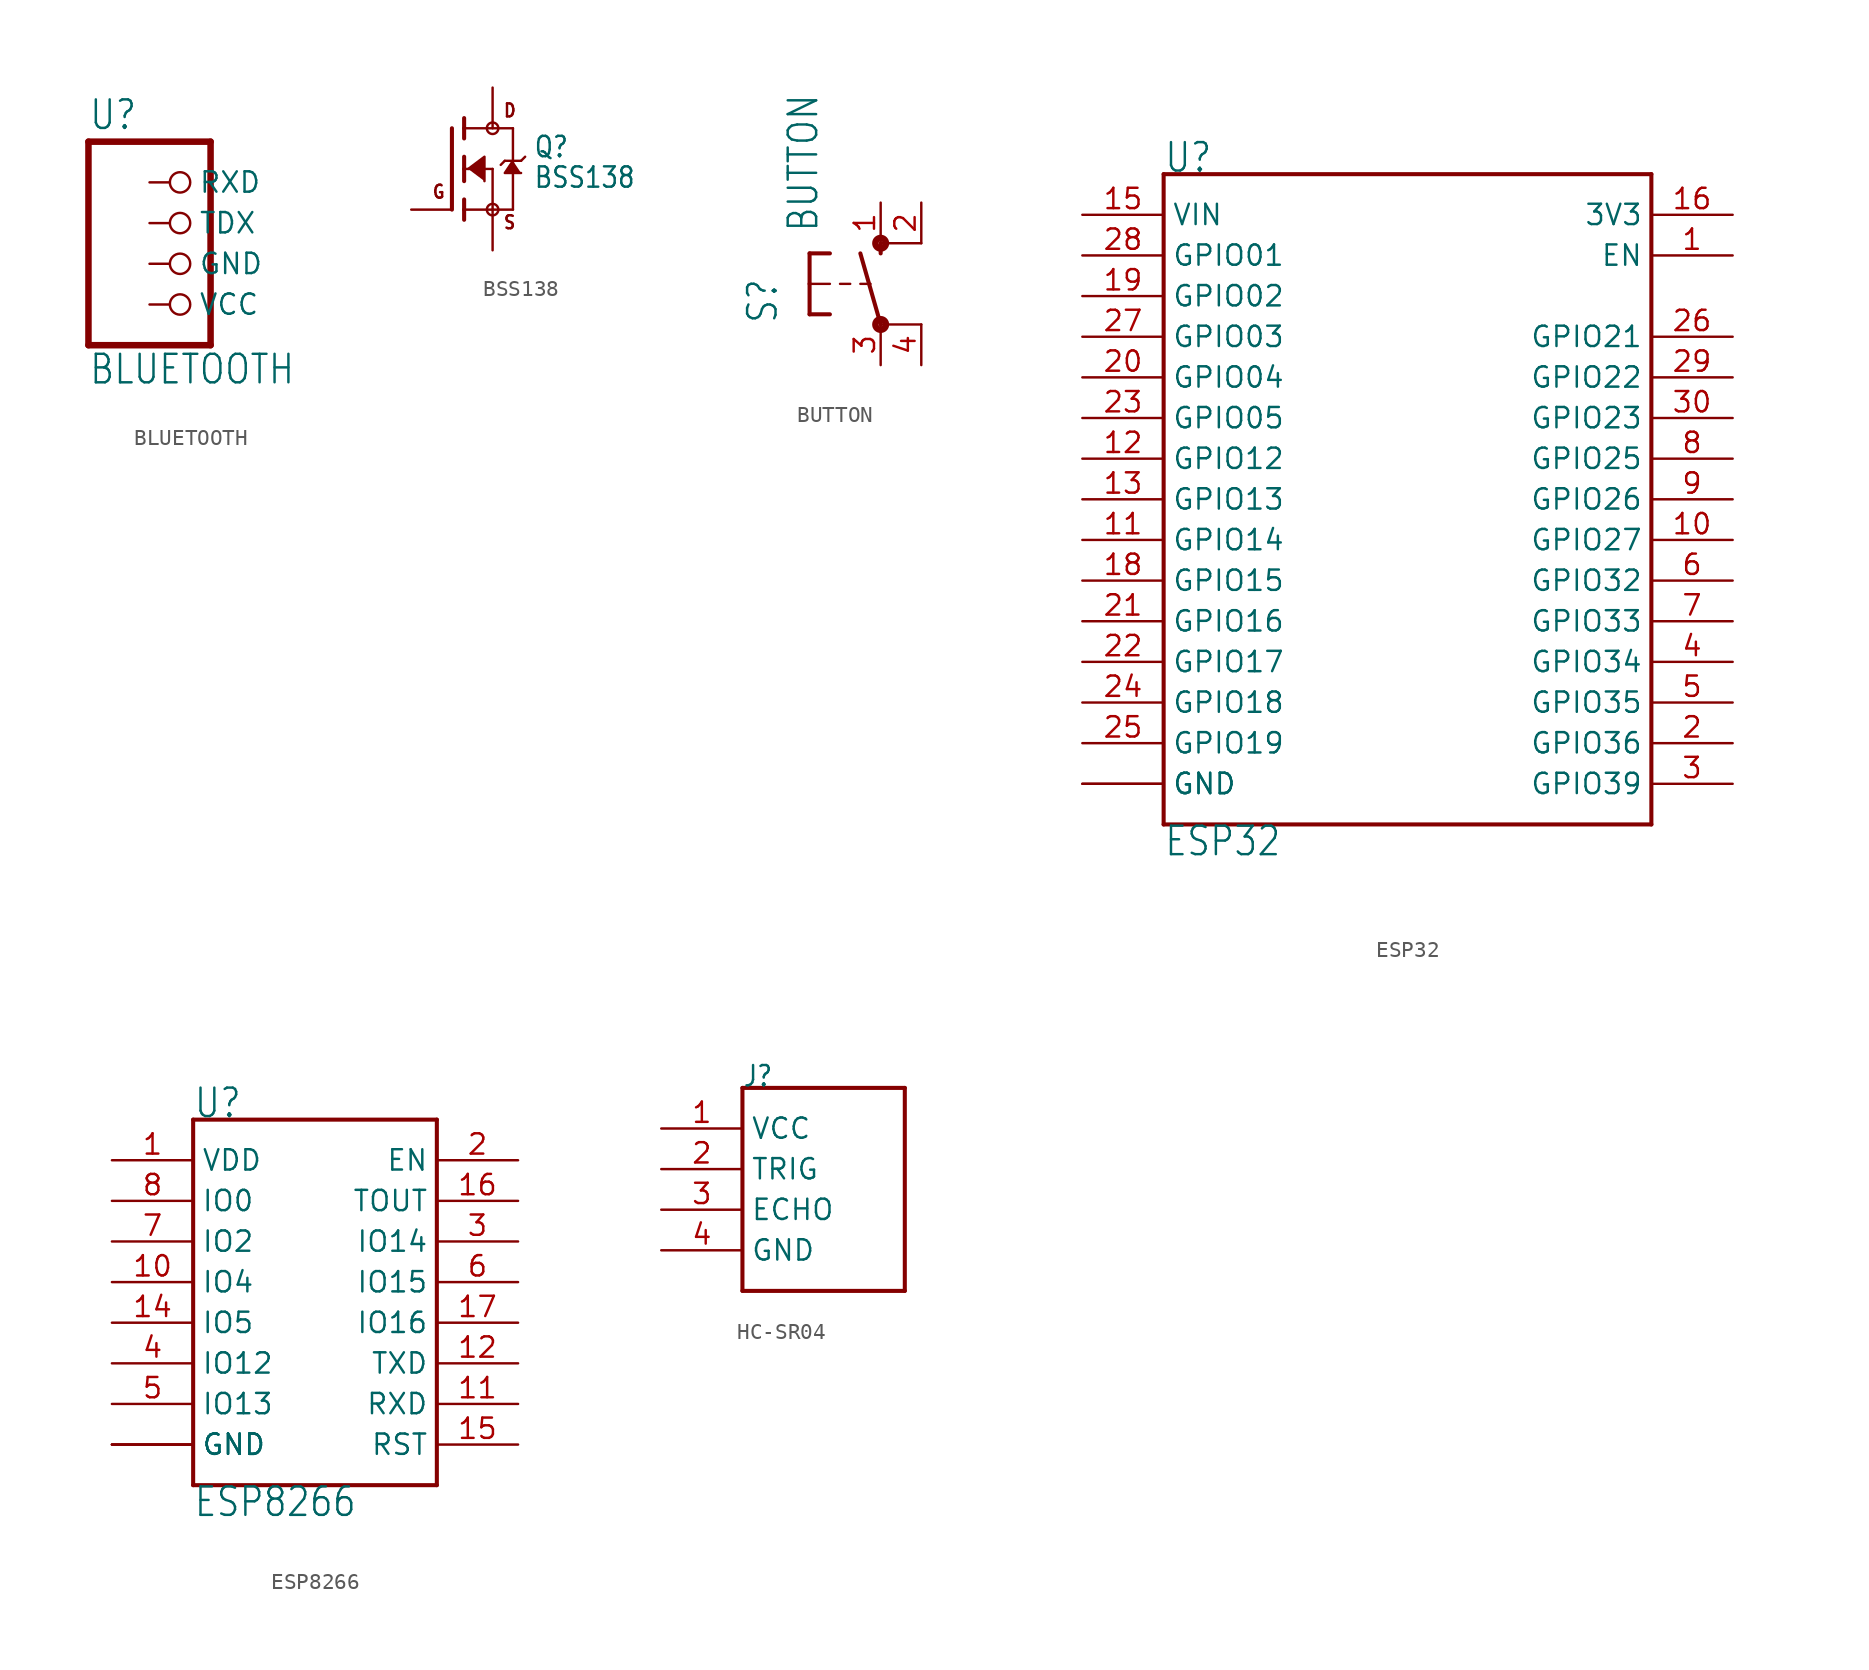
<source format=kicad_sym>
(kicad_symbol_lib
  (version 20211014)
  (generator kicad_symbol_editor)
  (symbol "BLUETOOTH"
    (property "Reference" "U"
      (at -6.35 8.255 0)
      (effects (font (size 1.778 1.511)) (justify left bottom)))
    (property "Value" "BLUETOOTH"
      (at -6.35 -7.62 0)
      (effects (font (size 1.778 1.511)) (justify left bottom)))
    (property "ki_locked" ""
      (at 0 0 0)
      (effects (font (size 1.27 1.27))))
    (symbol "BLUETOOTH_1_0"
      (polyline (pts (xy -6.35 -5.08) (xy 1.27 -5.08)) (stroke (width 0.406) (type default) (color 0 0 0 0)) (fill (type none)))
      (polyline (pts (xy -6.35 7.62) (xy -6.35 -5.08)) (stroke (width 0.406) (type default) (color 0 0 0 0)) (fill (type none)))
      (polyline (pts (xy 1.27 -5.08) (xy 1.27 7.62)) (stroke (width 0.406) (type default) (color 0 0 0 0)) (fill (type none)))
      (polyline (pts (xy 1.27 7.62) (xy -6.35 7.62)) (stroke (width 0.406) (type default) (color 0 0 0 0)) (fill (type none)))
      (pin passive inverted (at -2.54 0 0) (length 2.54) (name "GND" (effects (font (size 1.27 1.27)))) (number "GND" (effects (font (size 0 0)))))
      (pin passive inverted (at -2.54 5.08 0) (length 2.54) (name "RXD" (effects (font (size 1.27 1.27)))) (number "RXD" (effects (font (size 0 0)))))
      (pin passive inverted (at -2.54 2.54 0) (length 2.54) (name "TDX" (effects (font (size 1.27 1.27)))) (number "TXD" (effects (font (size 0 0)))))
      (pin passive inverted (at -2.54 -2.54 0) (length 2.54) (name "VCC" (effects (font (size 1.27 1.27)))) (number "VCC" (effects (font (size 0 0)))))))
  (symbol "BSS138"
    (property "Reference" "Q"
      (at 5.08 0.635 0)
      (effects (font (size 1.27 1.079)) (justify left bottom)))
    (property "Value" "BSS138"
      (at 5.08 -1.27 0)
      (effects (font (size 1.27 1.079)) (justify left bottom)))
    (property "ki_locked" ""
      (at 0 0 0)
      (effects (font (size 1.27 1.27))))
    (symbol "BSS138_1_0"
      (polyline (pts (xy 0 2.54) (xy 0 -2.54)) (stroke (width 0.254) (type default) (color 0 0 0 0)) (fill (type none)))
      (polyline (pts (xy 0.762 -2.54) (xy 0.762 -3.175)) (stroke (width 0.254) (type default) (color 0 0 0 0)) (fill (type none)))
      (polyline (pts (xy 0.762 -1.905) (xy 0.762 -2.54)) (stroke (width 0.254) (type default) (color 0 0 0 0)) (fill (type none)))
      (polyline (pts (xy 0.762 0) (xy 0.762 -0.762)) (stroke (width 0.254) (type default) (color 0 0 0 0)) (fill (type none)))
      (polyline (pts (xy 0.762 0) (xy 2.54 0)) (stroke (width 0.152) (type default) (color 0 0 0 0)) (fill (type none)))
      (polyline (pts (xy 0.762 0.762) (xy 0.762 0)) (stroke (width 0.254) (type default) (color 0 0 0 0)) (fill (type none)))
      (polyline (pts (xy 0.762 2.54) (xy 0.762 1.905)) (stroke (width 0.254) (type default) (color 0 0 0 0)) (fill (type none)))
      (polyline (pts (xy 0.762 2.54) (xy 3.81 2.54)) (stroke (width 0.152) (type default) (color 0 0 0 0)) (fill (type none)))
      (polyline (pts (xy 0.762 3.175) (xy 0.762 2.54)) (stroke (width 0.254) (type default) (color 0 0 0 0)) (fill (type none)))
      (polyline (pts (xy 2.54 -2.54) (xy 0.762 -2.54)) (stroke (width 0.152) (type default) (color 0 0 0 0)) (fill (type none)))
      (polyline (pts (xy 2.54 -2.54) (xy 3.81 -2.54)) (stroke (width 0.152) (type default) (color 0 0 0 0)) (fill (type none)))
      (polyline (pts (xy 2.54 0) (xy 2.54 -2.54)) (stroke (width 0.152) (type default) (color 0 0 0 0)) (fill (type none)))
      (polyline (pts (xy 3.302 0.508) (xy 3.048 0.254)) (stroke (width 0.152) (type default) (color 0 0 0 0)) (fill (type none)))
      (polyline (pts (xy 3.81 0.508) (xy 3.302 0.508)) (stroke (width 0.152) (type default) (color 0 0 0 0)) (fill (type none)))
      (polyline (pts (xy 3.81 0.508) (xy 3.81 -2.54)) (stroke (width 0.152) (type default) (color 0 0 0 0)) (fill (type none)))
      (polyline (pts (xy 3.81 2.54) (xy 3.81 0.508)) (stroke (width 0.152) (type default) (color 0 0 0 0)) (fill (type none)))
      (polyline (pts (xy 4.318 0.508) (xy 3.81 0.508)) (stroke (width 0.152) (type default) (color 0 0 0 0)) (fill (type none)))
      (polyline (pts (xy 4.572 0.762) (xy 4.318 0.508)) (stroke (width 0.152) (type default) (color 0 0 0 0)) (fill (type none)))
      (polyline (pts (xy 1.016 0) (xy 2.032 0.762) (xy 2.032 -0.762)) (stroke (width 0) (type default) (color 0 0 0 0)) (fill (type outline)))
      (polyline (pts (xy 3.81 0.508) (xy 3.302 -0.254) (xy 4.318 -0.254)) (stroke (width 0) (type default) (color 0 0 0 0)) (fill (type outline)))
      (circle (center 2.54 -2.54) (radius 0.359) (stroke (width 0) (type default) (color 0 0 0 0)) (fill (type none)))
      (circle (center 2.54 2.54) (radius 0.359) (stroke (width 0) (type default) (color 0 0 0 0)) (fill (type none)))
      (text "D" (at 3.175 3.175 0) (effects (font (size 0.813 0.691)) (justify left bottom)))
      (text "G" (at -1.27 -1.905 0) (effects (font (size 0.813 0.691)) (justify left bottom)))
      (text "S" (at 3.175 -3.81 0) (effects (font (size 0.813 0.691)) (justify left bottom)))
      (pin bidirectional line (at -2.54 -2.54 0) (length 2.54) (name "G" (effects (font (size 0 0)))) (number "1" (effects (font (size 0 0)))))
      (pin bidirectional line (at 2.54 -5.08 90) (length 2.54) (name "S" (effects (font (size 0 0)))) (number "2" (effects (font (size 0 0)))))
      (pin bidirectional line (at 2.54 5.08 270) (length 2.54) (name "D" (effects (font (size 0 0)))) (number "3" (effects (font (size 0 0)))))))
  (symbol "BUTTON"
    (property "Reference" "S"
      (at -6.35 -2.54 90)
      (effects (font (size 1.778 1.511)) (justify left bottom)))
    (property "Value" "BUTTON"
      (at -3.81 3.175 90)
      (effects (font (size 1.778 1.511)) (justify left bottom)))
    (property "ki_locked" ""
      (at 0 0 0)
      (effects (font (size 1.27 1.27))))
    (symbol "BUTTON_1_0"
      (circle (center 0 -2.54) (radius 0.127) (stroke (width 0.406) (type default) (color 0 0 0 0)) (fill (type none)))
      (polyline (pts (xy -4.445 -1.905) (xy -3.175 -1.905)) (stroke (width 0.254) (type default) (color 0 0 0 0)) (fill (type none)))
      (polyline (pts (xy -4.445 0) (xy -4.445 -1.905)) (stroke (width 0.254) (type default) (color 0 0 0 0)) (fill (type none)))
      (polyline (pts (xy -4.445 0) (xy -3.175 0)) (stroke (width 0.152) (type default) (color 0 0 0 0)) (fill (type none)))
      (polyline (pts (xy -4.445 1.905) (xy -4.445 0)) (stroke (width 0.254) (type default) (color 0 0 0 0)) (fill (type none)))
      (polyline (pts (xy -4.445 1.905) (xy -3.175 1.905)) (stroke (width 0.254) (type default) (color 0 0 0 0)) (fill (type none)))
      (polyline (pts (xy -2.54 0) (xy -1.905 0)) (stroke (width 0.152) (type default) (color 0 0 0 0)) (fill (type none)))
      (polyline (pts (xy -1.27 0) (xy -0.635 0)) (stroke (width 0.152) (type default) (color 0 0 0 0)) (fill (type none)))
      (polyline (pts (xy 0 -2.54) (xy -1.27 1.905)) (stroke (width 0.254) (type default) (color 0 0 0 0)) (fill (type none)))
      (polyline (pts (xy 0 1.905) (xy 0 2.54)) (stroke (width 0.254) (type default) (color 0 0 0 0)) (fill (type none)))
      (polyline (pts (xy 2.54 -2.54) (xy 0 -2.54)) (stroke (width 0.152) (type default) (color 0 0 0 0)) (fill (type none)))
      (polyline (pts (xy 2.54 2.54) (xy 0 2.54)) (stroke (width 0.152) (type default) (color 0 0 0 0)) (fill (type none)))
      (circle (center 0 2.54) (radius 0.127) (stroke (width 0.406) (type default) (color 0 0 0 0)) (fill (type none)))
      (pin passive line (at 0 5.08 270) (length 2.54) (name "S" (effects (font (size 0 0)))) (number "1" (effects (font (size 1.27 1.27)))))
      (pin passive line (at 2.54 5.08 270) (length 2.54) (name "S1" (effects (font (size 0 0)))) (number "2" (effects (font (size 1.27 1.27)))))
      (pin passive line (at 0 -5.08 90) (length 2.54) (name "P" (effects (font (size 0 0)))) (number "3" (effects (font (size 1.27 1.27)))))
      (pin passive line (at 2.54 -5.08 90) (length 2.54) (name "P1" (effects (font (size 0 0)))) (number "4" (effects (font (size 1.27 1.27)))))))
  (symbol "ESP32"
    (property "Reference" "U"
      (at -15.24 20.32 0)
      (effects (font (size 1.778 1.511)) (justify left bottom)))
    (property "Value" "ESP32"
      (at -15.24 -20.32 0)
      (effects (font (size 1.778 1.511)) (justify left top)))
    (property "ki_locked" ""
      (at 0 0 0)
      (effects (font (size 1.27 1.27))))
    (symbol "ESP32_1_0"
      (polyline (pts (xy -15.24 -20.32) (xy -15.24 20.32)) (stroke (width 0.254) (type default) (color 0 0 0 0)) (fill (type none)))
      (polyline (pts (xy -15.24 20.32) (xy 15.24 20.32)) (stroke (width 0.254) (type default) (color 0 0 0 0)) (fill (type none)))
      (polyline (pts (xy 15.24 -20.32) (xy -15.24 -20.32)) (stroke (width 0.254) (type default) (color 0 0 0 0)) (fill (type none)))
      (polyline (pts (xy 15.24 20.32) (xy 15.24 -20.32)) (stroke (width 0.254) (type default) (color 0 0 0 0)) (fill (type none)))
      (pin bidirectional line (at 20.32 15.24 180) (length 5.08) (name "EN" (effects (font (size 1.27 1.27)))) (number "1" (effects (font (size 1.27 1.27)))))
      (pin bidirectional line (at 20.32 -2.54 180) (length 5.08) (name "GPIO27" (effects (font (size 1.27 1.27)))) (number "10" (effects (font (size 1.27 1.27)))))
      (pin bidirectional line (at -20.32 -2.54 0) (length 5.08) (name "GPIO14" (effects (font (size 1.27 1.27)))) (number "11" (effects (font (size 1.27 1.27)))))
      (pin bidirectional line (at -20.32 2.54 0) (length 5.08) (name "GPIO12" (effects (font (size 1.27 1.27)))) (number "12" (effects (font (size 1.27 1.27)))))
      (pin bidirectional line (at -20.32 0 0) (length 5.08) (name "GPIO13" (effects (font (size 1.27 1.27)))) (number "13" (effects (font (size 1.27 1.27)))))
      (pin bidirectional line (at -20.32 -17.78 0) (length 5.08) (name "GND" (effects (font (size 1.27 1.27)))) (number "14" (effects (font (size 0 0)))))
      (pin bidirectional line (at -20.32 17.78 0) (length 5.08) (name "VIN" (effects (font (size 1.27 1.27)))) (number "15" (effects (font (size 1.27 1.27)))))
      (pin bidirectional line (at 20.32 17.78 180) (length 5.08) (name "3V3" (effects (font (size 1.27 1.27)))) (number "16" (effects (font (size 1.27 1.27)))))
      (pin bidirectional line (at -20.32 -17.78 0) (length 5.08) (name "GND" (effects (font (size 1.27 1.27)))) (number "17" (effects (font (size 0 0)))))
      (pin bidirectional line (at -20.32 -5.08 0) (length 5.08) (name "GPIO15" (effects (font (size 1.27 1.27)))) (number "18" (effects (font (size 1.27 1.27)))))
      (pin bidirectional line (at -20.32 12.7 0) (length 5.08) (name "GPIO02" (effects (font (size 1.27 1.27)))) (number "19" (effects (font (size 1.27 1.27)))))
      (pin bidirectional line (at 20.32 -15.24 180) (length 5.08) (name "GPIO36" (effects (font (size 1.27 1.27)))) (number "2" (effects (font (size 1.27 1.27)))))
      (pin bidirectional line (at -20.32 7.62 0) (length 5.08) (name "GPIO04" (effects (font (size 1.27 1.27)))) (number "20" (effects (font (size 1.27 1.27)))))
      (pin bidirectional line (at -20.32 -7.62 0) (length 5.08) (name "GPIO16" (effects (font (size 1.27 1.27)))) (number "21" (effects (font (size 1.27 1.27)))))
      (pin bidirectional line (at -20.32 -10.16 0) (length 5.08) (name "GPIO17" (effects (font (size 1.27 1.27)))) (number "22" (effects (font (size 1.27 1.27)))))
      (pin bidirectional line (at -20.32 5.08 0) (length 5.08) (name "GPIO05" (effects (font (size 1.27 1.27)))) (number "23" (effects (font (size 1.27 1.27)))))
      (pin bidirectional line (at -20.32 -12.7 0) (length 5.08) (name "GPIO18" (effects (font (size 1.27 1.27)))) (number "24" (effects (font (size 1.27 1.27)))))
      (pin bidirectional line (at -20.32 -15.24 0) (length 5.08) (name "GPIO19" (effects (font (size 1.27 1.27)))) (number "25" (effects (font (size 1.27 1.27)))))
      (pin bidirectional line (at 20.32 10.16 180) (length 5.08) (name "GPIO21" (effects (font (size 1.27 1.27)))) (number "26" (effects (font (size 1.27 1.27)))))
      (pin bidirectional line (at -20.32 10.16 0) (length 5.08) (name "GPIO03" (effects (font (size 1.27 1.27)))) (number "27" (effects (font (size 1.27 1.27)))))
      (pin bidirectional line (at -20.32 15.24 0) (length 5.08) (name "GPIO01" (effects (font (size 1.27 1.27)))) (number "28" (effects (font (size 1.27 1.27)))))
      (pin bidirectional line (at 20.32 7.62 180) (length 5.08) (name "GPIO22" (effects (font (size 1.27 1.27)))) (number "29" (effects (font (size 1.27 1.27)))))
      (pin bidirectional line (at 20.32 -17.78 180) (length 5.08) (name "GPIO39" (effects (font (size 1.27 1.27)))) (number "3" (effects (font (size 1.27 1.27)))))
      (pin bidirectional line (at 20.32 5.08 180) (length 5.08) (name "GPIO23" (effects (font (size 1.27 1.27)))) (number "30" (effects (font (size 1.27 1.27)))))
      (pin bidirectional line (at 20.32 -10.16 180) (length 5.08) (name "GPIO34" (effects (font (size 1.27 1.27)))) (number "4" (effects (font (size 1.27 1.27)))))
      (pin bidirectional line (at 20.32 -12.7 180) (length 5.08) (name "GPIO35" (effects (font (size 1.27 1.27)))) (number "5" (effects (font (size 1.27 1.27)))))
      (pin bidirectional line (at 20.32 -5.08 180) (length 5.08) (name "GPIO32" (effects (font (size 1.27 1.27)))) (number "6" (effects (font (size 1.27 1.27)))))
      (pin bidirectional line (at 20.32 -7.62 180) (length 5.08) (name "GPIO33" (effects (font (size 1.27 1.27)))) (number "7" (effects (font (size 1.27 1.27)))))
      (pin bidirectional line (at 20.32 2.54 180) (length 5.08) (name "GPIO25" (effects (font (size 1.27 1.27)))) (number "8" (effects (font (size 1.27 1.27)))))
      (pin bidirectional line (at 20.32 0 180) (length 5.08) (name "GPIO26" (effects (font (size 1.27 1.27)))) (number "9" (effects (font (size 1.27 1.27)))))))
  (symbol "ESP8266"
    (property "Reference" "U"
      (at -7.62 10.16 0)
      (effects (font (size 1.778 1.511)) (justify left bottom)))
    (property "Value" "ESP8266"
      (at -7.62 -12.7 0)
      (effects (font (size 1.778 1.511)) (justify left top)))
    (property "ki_locked" ""
      (at 0 0 0)
      (effects (font (size 1.27 1.27))))
    (symbol "ESP8266_1_0"
      (polyline (pts (xy -7.62 -12.7) (xy -7.62 10.16)) (stroke (width 0.254) (type default) (color 0 0 0 0)) (fill (type none)))
      (polyline (pts (xy -7.62 10.16) (xy 7.62 10.16)) (stroke (width 0.254) (type default) (color 0 0 0 0)) (fill (type none)))
      (polyline (pts (xy 7.62 -12.7) (xy -7.62 -12.7)) (stroke (width 0.254) (type default) (color 0 0 0 0)) (fill (type none)))
      (polyline (pts (xy 7.62 10.16) (xy 7.62 -12.7)) (stroke (width 0.254) (type default) (color 0 0 0 0)) (fill (type none)))
      (pin power_in line (at -12.7 7.62 0) (length 5.08) (name "VDD" (effects (font (size 1.27 1.27)))) (number "1" (effects (font (size 1.27 1.27)))))
      (pin bidirectional line (at -12.7 0 0) (length 5.08) (name "IO4" (effects (font (size 1.27 1.27)))) (number "10" (effects (font (size 1.27 1.27)))))
      (pin bidirectional line (at 12.7 -7.62 180) (length 5.08) (name "RXD" (effects (font (size 1.27 1.27)))) (number "11" (effects (font (size 1.27 1.27)))))
      (pin bidirectional line (at 12.7 -5.08 180) (length 5.08) (name "TXD" (effects (font (size 1.27 1.27)))) (number "12" (effects (font (size 1.27 1.27)))))
      (pin power_in line (at -12.7 -10.16 0) (length 5.08) (name "GND" (effects (font (size 1.27 1.27)))) (number "13" (effects (font (size 0 0)))))
      (pin bidirectional line (at -12.7 -2.54 0) (length 5.08) (name "IO5" (effects (font (size 1.27 1.27)))) (number "14" (effects (font (size 1.27 1.27)))))
      (pin bidirectional line (at 12.7 -10.16 180) (length 5.08) (name "RST" (effects (font (size 1.27 1.27)))) (number "15" (effects (font (size 1.27 1.27)))))
      (pin bidirectional line (at 12.7 5.08 180) (length 5.08) (name "TOUT" (effects (font (size 1.27 1.27)))) (number "16" (effects (font (size 1.27 1.27)))))
      (pin bidirectional line (at 12.7 -2.54 180) (length 5.08) (name "IO16" (effects (font (size 1.27 1.27)))) (number "17" (effects (font (size 1.27 1.27)))))
      (pin power_in line (at -12.7 -10.16 0) (length 5.08) (name "GND" (effects (font (size 1.27 1.27)))) (number "18" (effects (font (size 0 0)))))
      (pin bidirectional line (at 12.7 7.62 180) (length 5.08) (name "EN" (effects (font (size 1.27 1.27)))) (number "2" (effects (font (size 1.27 1.27)))))
      (pin bidirectional line (at 12.7 2.54 180) (length 5.08) (name "IO14" (effects (font (size 1.27 1.27)))) (number "3" (effects (font (size 1.27 1.27)))))
      (pin bidirectional line (at -12.7 -5.08 0) (length 5.08) (name "IO12" (effects (font (size 1.27 1.27)))) (number "4" (effects (font (size 1.27 1.27)))))
      (pin bidirectional line (at -12.7 -7.62 0) (length 5.08) (name "IO13" (effects (font (size 1.27 1.27)))) (number "5" (effects (font (size 1.27 1.27)))))
      (pin bidirectional line (at 12.7 0 180) (length 5.08) (name "IO15" (effects (font (size 1.27 1.27)))) (number "6" (effects (font (size 1.27 1.27)))))
      (pin bidirectional line (at -12.7 2.54 0) (length 5.08) (name "IO2" (effects (font (size 1.27 1.27)))) (number "7" (effects (font (size 1.27 1.27)))))
      (pin bidirectional line (at -12.7 5.08 0) (length 5.08) (name "IO0" (effects (font (size 1.27 1.27)))) (number "8" (effects (font (size 1.27 1.27)))))
      (pin power_in line (at -12.7 -10.16 0) (length 5.08) (name "GND" (effects (font (size 1.27 1.27)))) (number "9" (effects (font (size 0 0)))))))
  (symbol "HC-SR04"
    (property "Reference" "J"
      (at 0 5.08 0)
      (effects (font (size 1.27 1.079)) (justify left bottom)))
    (property "ki_locked" ""
      (at 0 0 0)
      (effects (font (size 1.27 1.27))))
    (symbol "HC-SR04_1_0"
      (polyline (pts (xy 0 -7.62) (xy 10.16 -7.62)) (stroke (width 0.254) (type default) (color 0 0 0 0)) (fill (type none)))
      (polyline (pts (xy 0 5.08) (xy 0 -7.62)) (stroke (width 0.254) (type default) (color 0 0 0 0)) (fill (type none)))
      (polyline (pts (xy 10.16 -7.62) (xy 10.16 5.08)) (stroke (width 0.254) (type default) (color 0 0 0 0)) (fill (type none)))
      (polyline (pts (xy 10.16 5.08) (xy 0 5.08)) (stroke (width 0.254) (type default) (color 0 0 0 0)) (fill (type none)))
      (pin bidirectional line (at -5.08 2.54 0) (length 5.08) (name "VCC" (effects (font (size 1.27 1.27)))) (number "1" (effects (font (size 1.27 1.27)))))
      (pin bidirectional line (at -5.08 0 0) (length 5.08) (name "TRIG" (effects (font (size 1.27 1.27)))) (number "2" (effects (font (size 1.27 1.27)))))
      (pin bidirectional line (at -5.08 -2.54 0) (length 5.08) (name "ECHO" (effects (font (size 1.27 1.27)))) (number "3" (effects (font (size 1.27 1.27)))))
      (pin bidirectional line (at -5.08 -5.08 0) (length 5.08) (name "GND" (effects (font (size 1.27 1.27)))) (number "4" (effects (font (size 1.27 1.27))))))))
</source>
